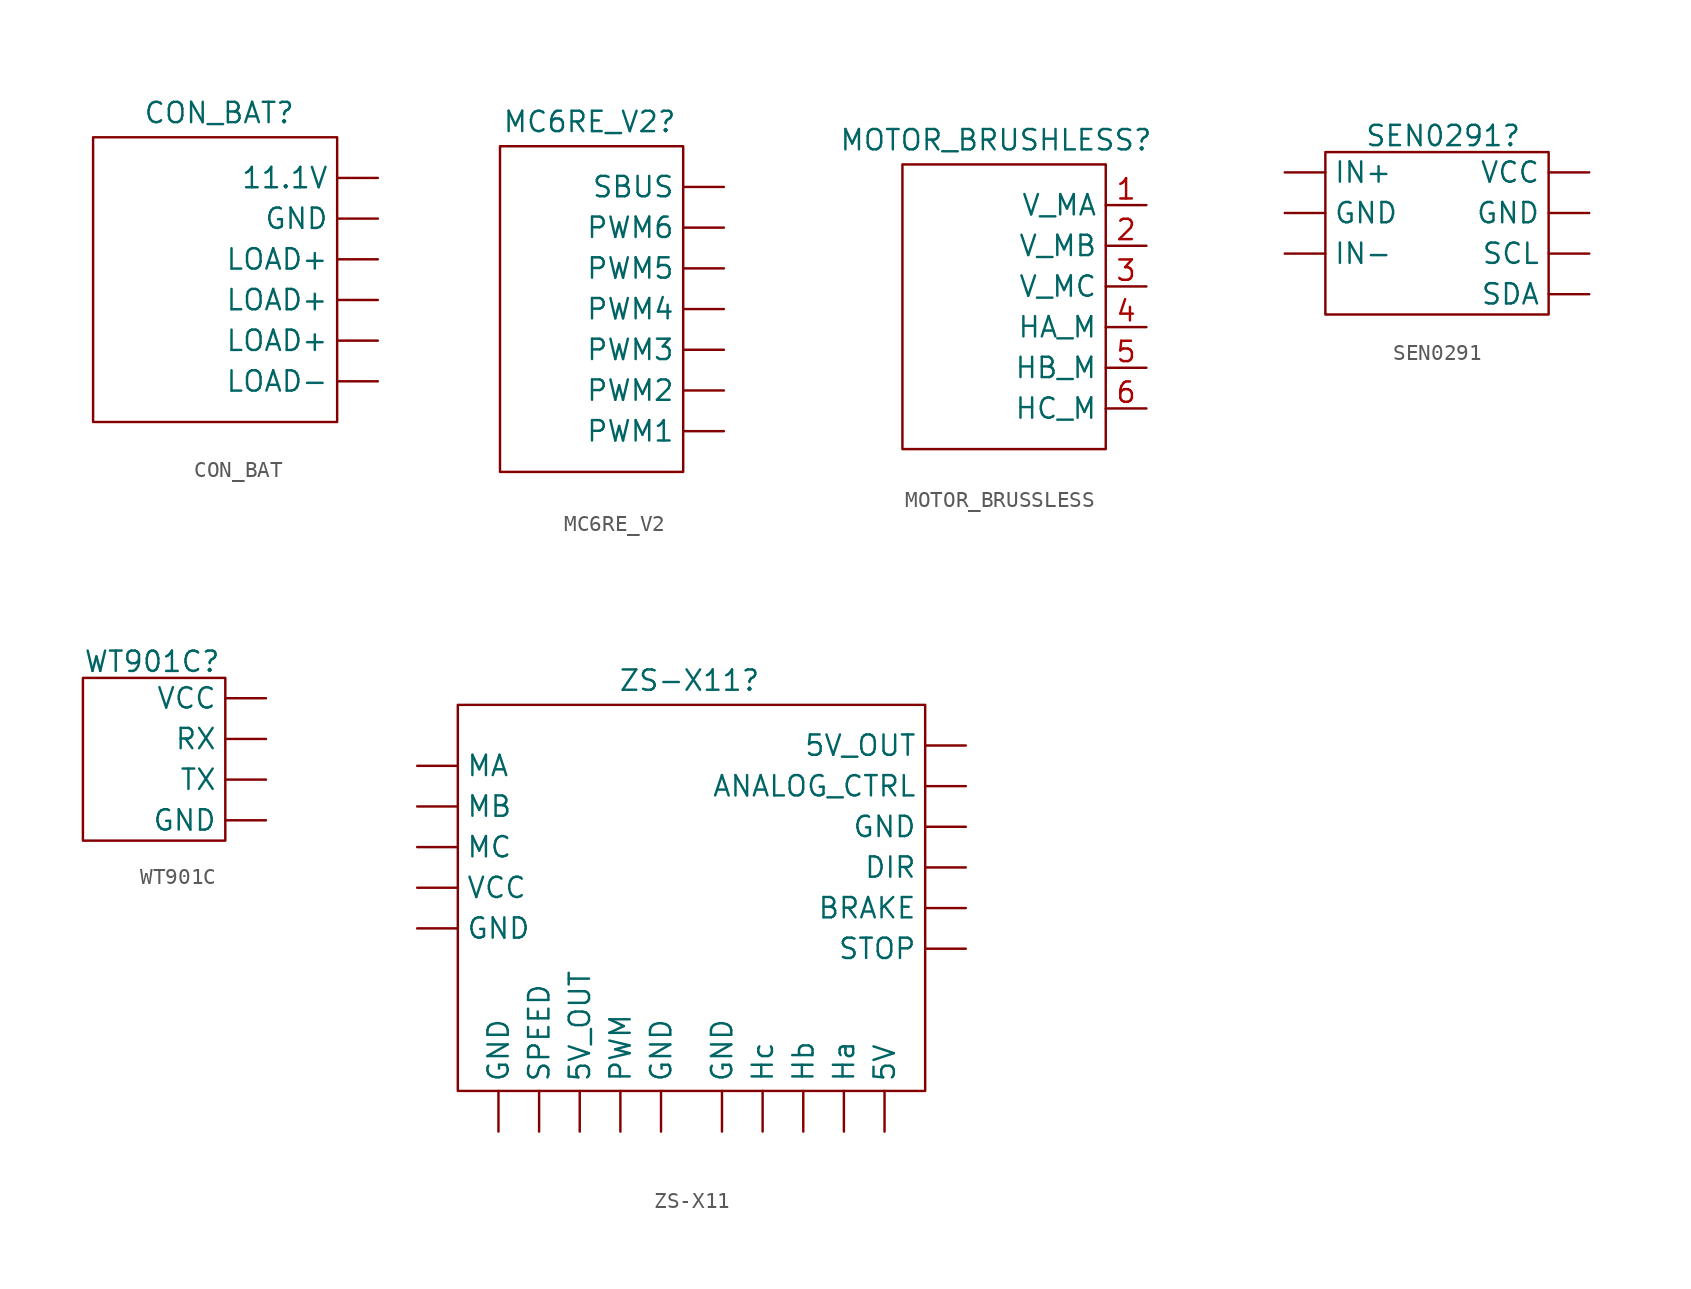
<source format=kicad_sym>
(kicad_symbol_lib
  (version 20241209)
  (generator "kicad_symbol_editor")
  (generator_version "9.0")
  (symbol "CON_BAT"
    (property "Reference" "CON_BAT"
      (at -3.556 1.524 0)
      (effects (font (size 1.27 1.27))))
    (property "Value" ""
      (at 0 0 0)
      (effects (font (size 1.27 1.27))))
    (symbol "CON_BAT_0_1"
      (rectangle (start -11.43 0) (end 3.81 -17.78) (stroke (width 0) (type default)) (fill (type none))))
    (symbol "CON_BAT_1_0"
      (pin power_out line (at 6.35 -7.62 180) (length 2.54) (name "LOAD+" (effects (font (size 1.27 1.27)))) (number "" (effects (font (size 1.27 1.27)))))
      (pin power_out line (at 6.35 -10.16 180) (length 2.54) (name "LOAD+" (effects (font (size 1.27 1.27)))) (number "" (effects (font (size 1.27 1.27)))))
      (pin power_out line (at 6.35 -12.7 180) (length 2.54) (name "LOAD+" (effects (font (size 1.27 1.27)))) (number "" (effects (font (size 1.27 1.27)))))
      (pin power_out line (at 6.35 -15.24 180) (length 2.54) (name "LOAD-" (effects (font (size 1.27 1.27)))) (number "" (effects (font (size 1.27 1.27))))))
    (symbol "CON_BAT_1_1"
      (pin power_in line (at 6.35 -2.54 180) (length 2.54) (name "11.1V" (effects (font (size 1.27 1.27)))) (number "" (effects (font (size 1.27 1.27)))))
      (pin power_in line (at 6.35 -5.08 180) (length 2.54) (name "GND" (effects (font (size 1.27 1.27)))) (number "" (effects (font (size 1.27 1.27)))))))
  (symbol "MC6RE_V2"
    (property "Reference" "MC6RE_V2"
      (at -2.032 -1.016 0)
      (effects (font (size 1.27 1.27))))
    (property "Value" ""
      (at 0 0 0)
      (effects (font (size 1.27 1.27))))
    (symbol "MC6RE_V2_0_1"
      (rectangle (start -7.62 -2.54) (end 3.81 -22.86) (stroke (width 0) (type default)) (fill (type none))))
    (symbol "MC6RE_V2_1_0"
      (pin output line (at 6.35 -10.16 180) (length 2.54) (name "PWM5" (effects (font (size 1.27 1.27)))) (number "" (effects (font (size 1.27 1.27)))))
      (pin output line (at 6.35 -12.7 180) (length 2.54) (name "PWM4" (effects (font (size 1.27 1.27)))) (number "" (effects (font (size 1.27 1.27)))))
      (pin output line (at 6.35 -15.24 180) (length 2.54) (name "PWM3" (effects (font (size 1.27 1.27)))) (number "" (effects (font (size 1.27 1.27)))))
      (pin output line (at 6.35 -17.78 180) (length 2.54) (name "PWM2" (effects (font (size 1.27 1.27)))) (number "" (effects (font (size 1.27 1.27)))))
      (pin output line (at 6.35 -20.32 180) (length 2.54) (name "PWM1" (effects (font (size 1.27 1.27)))) (number "" (effects (font (size 1.27 1.27))))))
    (symbol "MC6RE_V2_1_1"
      (pin output line (at 6.35 -5.08 180) (length 2.54) (name "SBUS" (effects (font (size 1.27 1.27)))) (number "" (effects (font (size 1.27 1.27)))))
      (pin output line (at 6.35 -7.62 180) (length 2.54) (name "PWM6" (effects (font (size 1.27 1.27)))) (number "" (effects (font (size 1.27 1.27)))))))
  (symbol "MOTOR_BRUSSLESS"
    (property "Reference" "MOTOR_BRUSHLESS"
      (at -3.048 -2.286 0)
      (effects (font (size 1.27 1.27))))
    (property "Value" ""
      (at 0 0 0)
      (effects (font (size 1.27 1.27))))
    (symbol "MOTOR_BRUSSLESS_0_1"
      (rectangle (start -8.89 -3.81) (end 3.81 -21.59) (stroke (width 0) (type default)) (fill (type none))))
    (symbol "MOTOR_BRUSSLESS_1_1"
      (pin power_in line (at 6.35 -6.35 180) (length 2.54) (name "V_MA" (effects (font (size 1.27 1.27)))) (number "1" (effects (font (size 1.27 1.27)))))
      (pin power_in line (at 6.35 -8.89 180) (length 2.54) (name "V_MB" (effects (font (size 1.27 1.27)))) (number "2" (effects (font (size 1.27 1.27)))))
      (pin power_in line (at 6.35 -11.43 180) (length 2.54) (name "V_MC" (effects (font (size 1.27 1.27)))) (number "3" (effects (font (size 1.27 1.27)))))
      (pin output line (at 6.35 -13.97 180) (length 2.54) (name "HA_M" (effects (font (size 1.27 1.27)))) (number "4" (effects (font (size 1.27 1.27)))))
      (pin output line (at 6.35 -16.51 180) (length 2.54) (name "HB_M" (effects (font (size 1.27 1.27)))) (number "5" (effects (font (size 1.27 1.27)))))
      (pin power_in line (at 6.35 -19.05 180) (length 2.54) (name "HC_M" (effects (font (size 1.27 1.27)))) (number "6" (effects (font (size 1.27 1.27)))))))
  (symbol "SEN0291"
    (property "Reference" "SEN0291"
      (at 2.286 -2.794 0)
      (effects (font (size 1.27 1.27))))
    (property "Value" ""
      (at 0 0 0)
      (effects (font (size 1.27 1.27))))
    (symbol "SEN0291_0_1"
      (rectangle (start -5.08 -3.81) (end 8.89 -13.97) (stroke (width 0) (type default)) (fill (type none))))
    (symbol "SEN0291_1_0"
      (pin power_in line (at -7.62 -7.62 0) (length 2.54) (name "GND" (effects (font (size 1.27 1.27)))) (number "" (effects (font (size 1.27 1.27)))))
      (pin output line (at 11.43 -10.16 180) (length 2.54) (name "SCL" (effects (font (size 1.27 1.27)))) (number "" (effects (font (size 1.27 1.27)))))
      (pin bidirectional line (at 11.43 -12.7 180) (length 2.54) (name "SDA" (effects (font (size 1.27 1.27)))) (number "" (effects (font (size 1.27 1.27))))))
    (symbol "SEN0291_1_1"
      (pin input line (at -7.62 -5.08 0) (length 2.54) (name "IN+" (effects (font (size 1.27 1.27)))) (number "" (effects (font (size 1.27 1.27)))))
      (pin input line (at -7.62 -10.16 0) (length 2.54) (name "IN-" (effects (font (size 1.27 1.27)))) (number "" (effects (font (size 1.27 1.27)))))
      (pin power_in line (at 11.43 -5.08 180) (length 2.54) (name "VCC" (effects (font (size 1.27 1.27)))) (number "" (effects (font (size 1.27 1.27)))))
      (pin power_in line (at 11.43 -7.62 180) (length 2.54) (name "GND" (effects (font (size 1.27 1.27)))) (number "" (effects (font (size 1.27 1.27)))))))
  (symbol "WT901C"
    (property "Reference" "WT901C"
      (at -0.762 -1.524 0)
      (effects (font (size 1.27 1.27))))
    (property "Value" ""
      (at 0 0 0)
      (effects (font (size 1.27 1.27))))
    (symbol "WT901C_0_1"
      (rectangle (start -5.08 -2.54) (end 3.81 -12.7) (stroke (width 0) (type default)) (fill (type none))))
    (symbol "WT901C_1_0"
      (pin output line (at 6.35 -8.89 180) (length 2.54) (name "TX" (effects (font (size 1.27 1.27)))) (number "" (effects (font (size 1.27 1.27)))))
      (pin power_in line (at 6.35 -11.43 180) (length 2.54) (name "GND" (effects (font (size 1.27 1.27)))) (number "" (effects (font (size 1.27 1.27))))))
    (symbol "WT901C_1_1"
      (pin power_in line (at 6.35 -3.81 180) (length 2.54) (name "VCC" (effects (font (size 1.27 1.27)))) (number "" (effects (font (size 1.27 1.27)))))
      (pin input line (at 6.35 -6.35 180) (length 2.54) (name "RX" (effects (font (size 1.27 1.27)))) (number "" (effects (font (size 1.27 1.27)))))))
  (symbol "ZS-X11"
    (property "Reference" "ZS-X11"
      (at -9.652 -1.016 0)
      (effects (font (size 1.27 1.27))))
    (property "Value" ""
      (at 0 0 0)
      (effects (font (size 1.27 1.27))))
    (symbol "ZS-X11_0_1"
      (rectangle (start -24.13 -2.54) (end 5.08 -26.67) (stroke (width 0) (type default)) (fill (type none))))
    (symbol "ZS-X11_1_0"
      (pin power_in line (at -26.67 -6.35 0) (length 2.54) (name "MA" (effects (font (size 1.27 1.27)))) (number "" (effects (font (size 1.27 1.27)))))
      (pin power_out line (at -26.67 -8.89 0) (length 2.54) (name "MB" (effects (font (size 1.27 1.27)))) (number "" (effects (font (size 1.27 1.27)))))
      (pin power_in line (at -26.67 -11.43 0) (length 2.54) (name "MC" (effects (font (size 1.27 1.27)))) (number "" (effects (font (size 1.27 1.27)))))
      (pin power_in line (at -26.67 -13.97 0) (length 2.54) (name "VCC" (effects (font (size 1.27 1.27)))) (number "" (effects (font (size 1.27 1.27)))))
      (pin power_in line (at -26.67 -16.51 0) (length 2.54) (name "GND" (effects (font (size 1.27 1.27)))) (number "" (effects (font (size 1.27 1.27)))))
      (pin power_out line (at -21.59 -29.21 90) (length 2.54) (name "GND" (effects (font (size 1.27 1.27)))) (number "" (effects (font (size 1.27 1.27)))))
      (pin input line (at -19.05 -29.21 90) (length 2.54) (name "SPEED" (effects (font (size 1.27 1.27)))) (number "" (effects (font (size 1.27 1.27)))))
      (pin power_out line (at -16.51 -29.21 90) (length 2.54) (name "5V_OUT" (effects (font (size 1.27 1.27)))) (number "" (effects (font (size 1.27 1.27)))))
      (pin power_out line (at -13.97 -29.21 90) (length 2.54) (name "PWM" (effects (font (size 1.27 1.27)))) (number "" (effects (font (size 1.27 1.27)))))
      (pin power_out line (at -11.43 -29.21 90) (length 2.54) (name "GND" (effects (font (size 1.27 1.27)))) (number "" (effects (font (size 1.27 1.27)))))
      (pin power_out line (at -7.62 -29.21 90) (length 2.54) (name "GND" (effects (font (size 1.27 1.27)))) (number "" (effects (font (size 1.27 1.27)))))
      (pin output line (at -5.08 -29.21 90) (length 2.54) (name "Hc" (effects (font (size 1.27 1.27)))) (number "" (effects (font (size 1.27 1.27)))))
      (pin output line (at -2.54 -29.21 90) (length 2.54) (name "Hb" (effects (font (size 1.27 1.27)))) (number "" (effects (font (size 1.27 1.27)))))
      (pin output line (at 0 -29.21 90) (length 2.54) (name "Ha" (effects (font (size 1.27 1.27)))) (number "" (effects (font (size 1.27 1.27)))))
      (pin power_out line (at 2.54 -29.21 90) (length 2.54) (name "5V" (effects (font (size 1.27 1.27)))) (number "" (effects (font (size 1.27 1.27)))))
      (pin power_in line (at 7.62 -10.16 180) (length 2.54) (name "GND" (effects (font (size 1.27 1.27)))) (number "" (effects (font (size 1.27 1.27)))))
      (pin input line (at 7.62 -12.7 180) (length 2.54) (name "DIR" (effects (font (size 1.27 1.27)))) (number "" (effects (font (size 1.27 1.27)))))
      (pin input line (at 7.62 -15.24 180) (length 2.54) (name "BRAKE" (effects (font (size 1.27 1.27)))) (number "" (effects (font (size 1.27 1.27)))))
      (pin input line (at 7.62 -17.78 180) (length 2.54) (name "STOP" (effects (font (size 1.27 1.27)))) (number "" (effects (font (size 1.27 1.27))))))
    (symbol "ZS-X11_1_1"
      (pin power_out line (at 7.62 -5.08 180) (length 2.54) (name "5V_OUT" (effects (font (size 1.27 1.27)))) (number "" (effects (font (size 1.27 1.27)))))
      (pin output line (at 7.62 -7.62 180) (length 2.54) (name "ANALOG_CTRL" (effects (font (size 1.27 1.27)))) (number "" (effects (font (size 1.27 1.27))))))))
</source>
